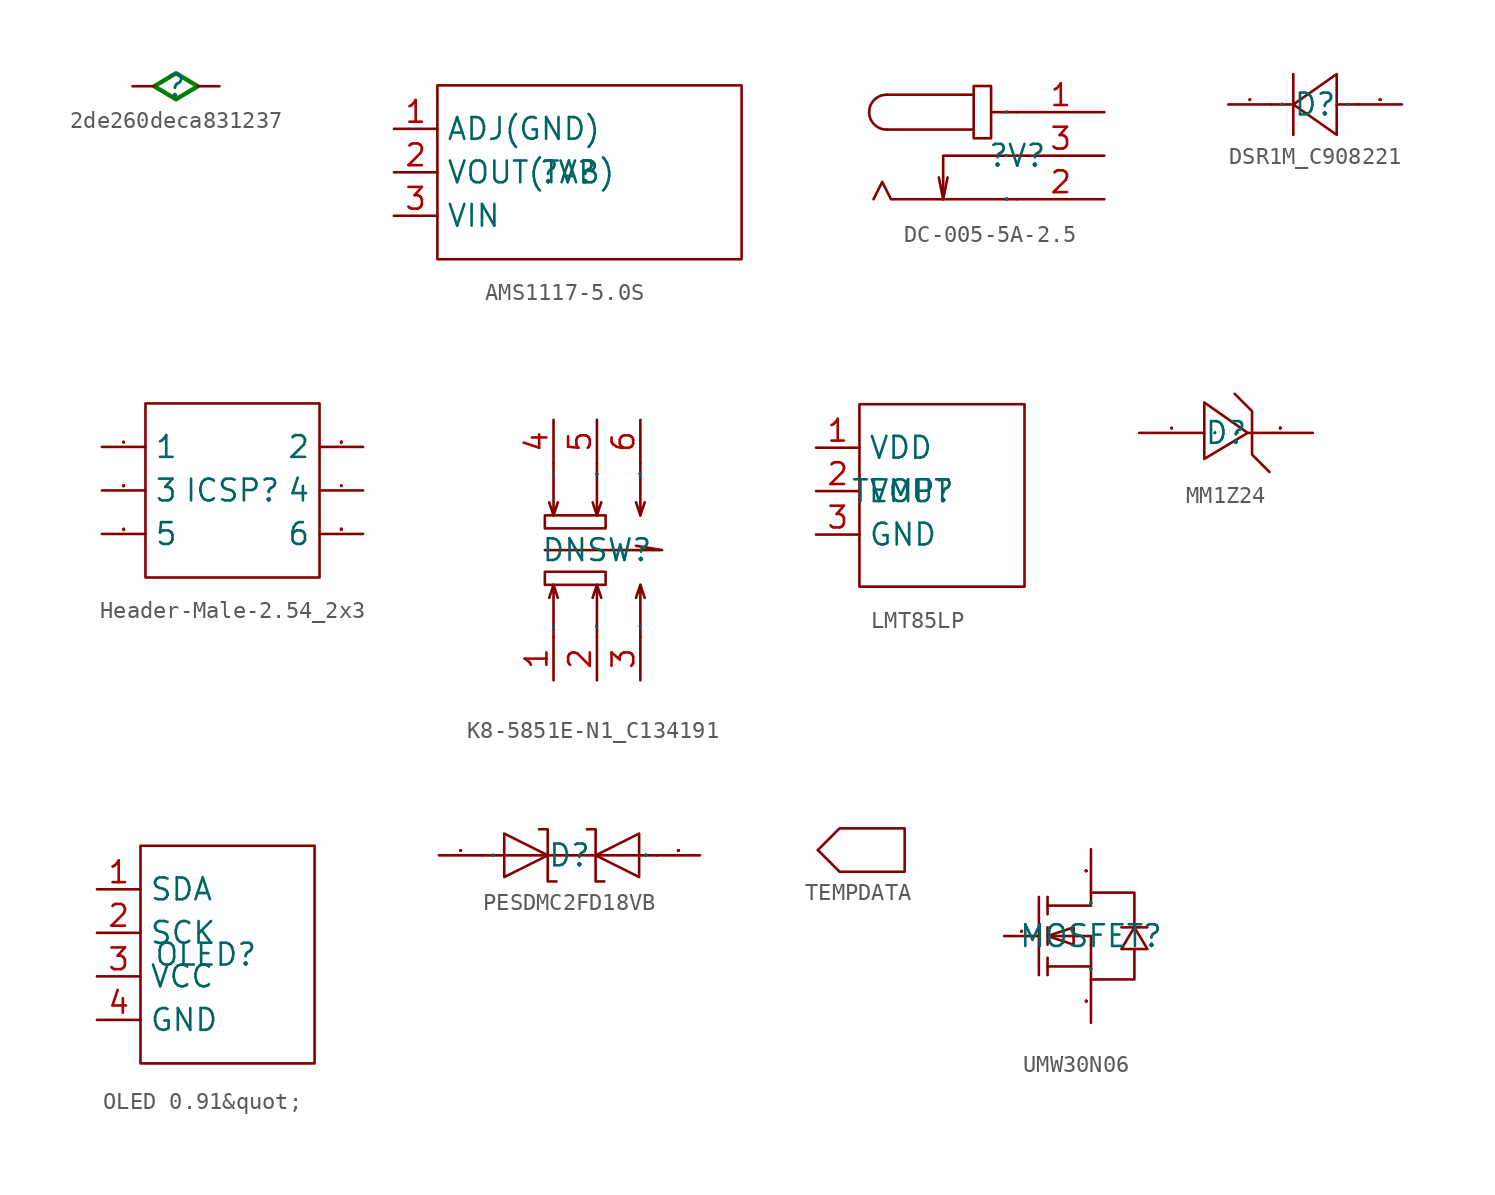
<source format=kicad_sym>
(kicad_symbol_lib
  (version 20231120)
  (generator "kicad_symbol_editor")
  (generator_version "8.0")
  (symbol "2de260deca831237"
    (property "Reference" ""
      (at 0 0 0)
      (effects (font (size 1.27 1.27))))
    (property "Value" ""
      (at 0 0 0)
      (effects (font (size 1.27 1.27))))
    (symbol "2de260deca831237_1_0"
      (polyline (pts (xy 0 0.762) (xy 1.27 0) (xy 0 -0.762) (xy -1.27 0) (xy 0 0.762)) (stroke (width 0.254) (type solid) (color 0 128 0 1)) (fill (type none)))
      (pin input line (at -2.54 0 0) (length 1.27) (name "" (effects (font (size 0.025 0.025)))) (number "" (effects (font (size 1.27 1.27)))))
      (pin input line (at 2.54 0 180) (length 1.27) (name "" (effects (font (size 0.025 0.025)))) (number "" (effects (font (size 1.27 1.27)))))))
  (symbol "AMS1117-5.0S"
    (property "Reference" "?V"
      (at 0 0 0)
      (effects (font (size 1.27 1.27))))
    (property "Value" ""
      (at 0 0 0)
      (effects (font (size 1.27 1.27))))
    (symbol "AMS1117-5.0S_1_0"
      (rectangle (start 10.16 -5.08) (end -7.62 5.08) (stroke (width 0) (type default)) (fill (type none)))
      (pin unspecified line (at -10.16 2.54 0) (length 2.54) (name "ADJ(GND)" (effects (font (size 1.27 1.27)))) (number "1" (effects (font (size 1.27 1.27)))))
      (pin unspecified line (at -10.16 0 0) (length 2.54) (name "VOUT(TAB)" (effects (font (size 1.27 1.27)))) (number "2" (effects (font (size 1.27 1.27)))))
      (pin unspecified line (at -10.16 -2.54 0) (length 2.54) (name "VIN" (effects (font (size 1.27 1.27)))) (number "3" (effects (font (size 1.27 1.27)))))))
  (symbol "DC-005-5A-2.5"
    (property "Reference" "?V"
      (at 0 0 0)
      (effects (font (size 1.27 1.27))))
    (property "Value" ""
      (at 0 0 0)
      (effects (font (size 1.27 1.27))))
    (symbol "DC-005-5A-2.5_1_0"
      (arc (start -7.62 3.556) (mid -8.636 2.54) (end -7.62 1.524) (stroke (width 0) (type default)) (fill (type none)))
      (rectangle (start -2.54 4.064) (end -1.524 1.016) (stroke (width 0) (type default)) (fill (type none)))
      (polyline (pts (xy -4.318 -2.54) (xy -4.064 -1.27)) (stroke (width 0) (type default)) (fill (type none)))
      (polyline (pts (xy -2.54 1.524) (xy -7.62 1.524)) (stroke (width 0) (type default)) (fill (type none)))
      (polyline (pts (xy -2.54 3.556) (xy -7.62 3.556)) (stroke (width 0) (type default)) (fill (type none)))
      (polyline (pts (xy 0 2.54) (xy -1.524 2.54)) (stroke (width 0) (type default)) (fill (type none)))
      (polyline (pts (xy 0 -2.54) (xy -7.366 -2.54) (xy -7.366 -2.54) (xy -7.874 -1.524) (xy -7.874 -1.524) (xy -8.382 -2.54)) (stroke (width 0) (type default)) (fill (type none)))
      (polyline (pts (xy 0 0) (xy -4.318 0) (xy -4.318 0) (xy -4.318 -2.54) (xy -4.318 -2.54) (xy -4.572 -1.27)) (stroke (width 0) (type default)) (fill (type none)))
      (pin unspecified line (at 5.08 2.54 180) (length 5.08) (name "1" (effects (font (size 0.025 0.025)))) (number "1" (effects (font (size 1.27 1.27)))))
      (pin unspecified line (at 5.08 -2.54 180) (length 5.08) (name "2" (effects (font (size 0.025 0.025)))) (number "2" (effects (font (size 1.27 1.27)))))
      (pin unspecified line (at 5.08 0 180) (length 5.08) (name "3" (effects (font (size 0.025 0.025)))) (number "3" (effects (font (size 1.27 1.27)))))))
  (symbol "DSR1M_C908221"
    (property "Reference" "D"
      (at 0 0 0)
      (effects (font (size 1.27 1.27))))
    (property "Value" ""
      (at 0 0 0)
      (effects (font (size 1.27 1.27))))
    (symbol "DSR1M_C908221_1_0"
      (polyline (pts (xy -1.27 0) (xy -2.54 0)) (stroke (width 0) (type default)) (fill (type none)))
      (polyline (pts (xy -1.27 1.778) (xy -1.27 -1.778)) (stroke (width 0) (type default)) (fill (type none)))
      (polyline (pts (xy 2.54 0) (xy 1.27 0)) (stroke (width 0) (type default)) (fill (type none)))
      (polyline (pts (xy 1.27 1.778) (xy -1.27 0) (xy -1.27 0) (xy 1.27 -1.778) (xy 1.27 -1.778) (xy 1.27 1.778)) (stroke (width 0) (type default)) (fill (type none)))
      (pin unspecified line (at -5.08 0 0) (length 2.54) (name "C" (effects (font (size 0.025 0.025)))) (number "1" (effects (font (size 0.025 0.025)))))
      (pin unspecified line (at 5.08 0 180) (length 2.54) (name "A" (effects (font (size 0.025 0.025)))) (number "2" (effects (font (size 0.025 0.025)))))))
  (symbol "Header-Male-2.54_2x3"
    (property "Reference" "ICSP"
      (at 0 0 0)
      (effects (font (size 1.27 1.27))))
    (property "Value" ""
      (at 0 0 0)
      (effects (font (size 1.27 1.27))))
    (symbol "Header-Male-2.54_2x3_1_0"
      (rectangle (start -5.08 5.08) (end 5.08 -5.08) (stroke (width 0) (type default)) (fill (type none)))
      (pin input line (at -7.62 2.54 0) (length 2.54) (name "1" (effects (font (size 1.27 1.27)))) (number "1" (effects (font (size 0.025 0.025)))))
      (pin input line (at 7.62 2.54 180) (length 2.54) (name "2" (effects (font (size 1.27 1.27)))) (number "2" (effects (font (size 0.025 0.025)))))
      (pin input line (at -7.62 0 0) (length 2.54) (name "3" (effects (font (size 1.27 1.27)))) (number "3" (effects (font (size 0.025 0.025)))))
      (pin input line (at 7.62 0 180) (length 2.54) (name "4" (effects (font (size 1.27 1.27)))) (number "4" (effects (font (size 0.025 0.025)))))
      (pin input line (at -7.62 -2.54 0) (length 2.54) (name "5" (effects (font (size 1.27 1.27)))) (number "5" (effects (font (size 0.025 0.025)))))
      (pin input line (at 7.62 -2.54 180) (length 2.54) (name "6" (effects (font (size 1.27 1.27)))) (number "6" (effects (font (size 0.025 0.025)))))))
  (symbol "K8-5851E-N1_C134191"
    (property "Reference" "DNSW"
      (at 0 0 0)
      (effects (font (size 1.27 1.27))))
    (property "Value" ""
      (at 0 0 0)
      (effects (font (size 1.27 1.27))))
    (symbol "K8-5851E-N1_C134191_1_0"
      (rectangle (start -3.048 -2.032) (end 0.508 -1.27) (stroke (width 0) (type default)) (fill (type none)))
      (rectangle (start -3.048 1.27) (end 0.508 2.032) (stroke (width 0) (type default)) (fill (type none)))
      (polyline (pts (xy -2.54 -2.032) (xy -2.794 -2.794)) (stroke (width 0) (type default)) (fill (type none)))
      (polyline (pts (xy -2.54 2.032) (xy -2.794 2.794)) (stroke (width 0) (type default)) (fill (type none)))
      (polyline (pts (xy 0 -2.032) (xy -0.254 -2.794)) (stroke (width 0) (type default)) (fill (type none)))
      (polyline (pts (xy 0 2.032) (xy -0.254 2.794)) (stroke (width 0) (type default)) (fill (type none)))
      (polyline (pts (xy 2.54 -2.032) (xy 2.286 -2.794)) (stroke (width 0) (type default)) (fill (type none)))
      (polyline (pts (xy 2.54 2.032) (xy 2.286 2.794)) (stroke (width 0) (type default)) (fill (type none)))
      (polyline (pts (xy -3.048 0) (xy 3.81 0) (xy 3.81 0) (xy 2.286 0.254)) (stroke (width 0) (type default)) (fill (type none)))
      (polyline (pts (xy -2.54 -5.08) (xy -2.54 -2.032) (xy -2.54 -2.032) (xy -2.286 -2.794)) (stroke (width 0) (type default)) (fill (type none)))
      (polyline (pts (xy -2.54 5.08) (xy -2.54 2.032) (xy -2.54 2.032) (xy -2.286 2.794)) (stroke (width 0) (type default)) (fill (type none)))
      (polyline (pts (xy 0 -5.08) (xy 0 -2.032) (xy 0 -2.032) (xy 0.254 -2.794)) (stroke (width 0) (type default)) (fill (type none)))
      (polyline (pts (xy 0 5.08) (xy 0 2.032) (xy 0 2.032) (xy 0.254 2.794)) (stroke (width 0) (type default)) (fill (type none)))
      (polyline (pts (xy 2.54 -5.08) (xy 2.54 -2.032) (xy 2.54 -2.032) (xy 2.794 -2.794)) (stroke (width 0) (type default)) (fill (type none)))
      (polyline (pts (xy 2.54 5.08) (xy 2.54 2.032) (xy 2.54 2.032) (xy 2.794 2.794)) (stroke (width 0) (type default)) (fill (type none)))
      (pin unspecified line (at -2.54 -7.62 90) (length 2.54) (name "1" (effects (font (size 0.025 0.025)))) (number "1" (effects (font (size 1.27 1.27)))))
      (pin unspecified line (at 0 -7.62 90) (length 2.54) (name "2" (effects (font (size 0.025 0.025)))) (number "2" (effects (font (size 1.27 1.27)))))
      (pin unspecified line (at 2.54 -7.62 90) (length 2.54) (name "3" (effects (font (size 0.025 0.025)))) (number "3" (effects (font (size 1.27 1.27)))))
      (pin unspecified line (at -2.54 7.62 270) (length 2.54) (name "4" (effects (font (size 0.025 0.025)))) (number "4" (effects (font (size 1.27 1.27)))))
      (pin unspecified line (at 0 7.62 270) (length 2.54) (name "5" (effects (font (size 0.025 0.025)))) (number "5" (effects (font (size 1.27 1.27)))))
      (pin unspecified line (at 2.54 7.62 270) (length 2.54) (name "6" (effects (font (size 0.025 0.025)))) (number "6" (effects (font (size 1.27 1.27)))))))
  (symbol "LMT85LP"
    (property "Reference" "TEMP"
      (at 0 0 0)
      (effects (font (size 1.27 1.27))))
    (property "Value" ""
      (at 0 0 0)
      (effects (font (size 1.27 1.27))))
    (symbol "LMT85LP_1_0"
      (rectangle (start -2.54 5.08) (end 7.112 -5.588) (stroke (width 0) (type default)) (fill (type none)))
      (pin unspecified line (at -5.08 2.54 0) (length 2.54) (name "VDD" (effects (font (size 1.27 1.27)))) (number "1" (effects (font (size 1.27 1.27)))))
      (pin unspecified line (at -5.08 0 0) (length 2.54) (name "VOUT" (effects (font (size 1.27 1.27)))) (number "2" (effects (font (size 1.27 1.27)))))
      (pin unspecified line (at -5.08 -2.54 0) (length 2.54) (name "GND" (effects (font (size 1.27 1.27)))) (number "3" (effects (font (size 1.27 1.27)))))))
  (symbol "MM1Z24"
    (property "Reference" "D"
      (at 0 0 0)
      (effects (font (size 1.27 1.27))))
    (property "Value" ""
      (at 0 0 0)
      (effects (font (size 1.27 1.27))))
    (symbol "MM1Z24_1_0"
      (polyline (pts (xy -1.27 -1.524) (xy 1.27 0) (xy 1.27 0) (xy -1.27 1.778) (xy -1.27 1.778) (xy -1.27 -1.524)) (stroke (width 0) (type default)) (fill (type none)))
      (polyline (pts (xy 2.54 -2.286) (xy 1.524 -1.27) (xy 1.524 -1.27) (xy 1.524 1.27) (xy 1.524 1.27) (xy 0.508 2.286)) (stroke (width 0) (type default)) (fill (type none)))
      (pin unspecified line (at -5.08 0 0) (length 3.81) (name "A" (effects (font (size 0.025 0.025)))) (number "1" (effects (font (size 0.025 0.025)))))
      (pin unspecified line (at 5.08 0 180) (length 3.81) (name "K" (effects (font (size 0.025 0.025)))) (number "2" (effects (font (size 0.025 0.025)))))))
  (symbol "OLED 0.91&quot;"
    (property "Reference" "OLED"
      (at 0 0 0)
      (effects (font (size 1.27 1.27))))
    (property "Value" ""
      (at 0 0 0)
      (effects (font (size 1.27 1.27))))
    (symbol "OLED 0.91&quot;_1_0"
      (rectangle (start -3.81 6.35) (end 6.35 -6.35) (stroke (width 0) (type default)) (fill (type none)))
      (pin unspecified line (at -6.35 3.81 0) (length 2.54) (name "SDA" (effects (font (size 1.27 1.27)))) (number "1" (effects (font (size 1.27 1.27)))))
      (pin unspecified line (at -6.35 1.27 0) (length 2.54) (name "SCK" (effects (font (size 1.27 1.27)))) (number "2" (effects (font (size 1.27 1.27)))))
      (pin unspecified line (at -6.35 -1.27 0) (length 2.54) (name "VCC" (effects (font (size 1.27 1.27)))) (number "3" (effects (font (size 1.27 1.27)))))
      (pin unspecified line (at -6.35 -3.81 0) (length 2.54) (name "GND" (effects (font (size 1.27 1.27)))) (number "4" (effects (font (size 1.27 1.27)))))))
  (symbol "PESDMC2FD18VB"
    (property "Reference" "D"
      (at 0 0 0)
      (effects (font (size 1.27 1.27))))
    (property "Value" ""
      (at 0 0 0)
      (effects (font (size 1.27 1.27))))
    (symbol "PESDMC2FD18VB_1_0"
      (polyline (pts (xy -5.08 0) (xy 5.08 0)) (stroke (width 0) (type default)) (fill (type none)))
      (polyline (pts (xy -3.81 1.27) (xy -1.27 0) (xy -1.27 0) (xy -3.81 -1.27) (xy -3.81 -1.27) (xy -3.81 1.27)) (stroke (width 0) (type default)) (fill (type none)))
      (polyline (pts (xy 4.064 1.27) (xy 1.524 0) (xy 1.524 0) (xy 4.064 -1.27) (xy 4.064 -1.27) (xy 4.064 1.27)) (stroke (width 0) (type default)) (fill (type none)))
      (polyline (pts (xy -1.778 1.524) (xy -1.778 1.524) (xy -1.778 1.524) (xy -1.27 1.524) (xy -1.27 1.524) (xy -1.27 -1.524) (xy -1.27 -1.524) (xy -0.762 -1.524) (xy -0.762 -1.524) (xy -0.762 -1.524)) (stroke (width 0) (type default)) (fill (type none)))
      (polyline (pts (xy 1.016 1.524) (xy 1.016 1.524) (xy 1.016 1.524) (xy 1.524 1.524) (xy 1.524 1.524) (xy 1.524 -1.524) (xy 1.524 -1.524) (xy 2.032 -1.524) (xy 2.032 -1.524) (xy 2.032 -1.524)) (stroke (width 0) (type default)) (fill (type none)))
      (pin unspecified line (at -7.62 0 0) (length 2.54) (name "1" (effects (font (size 0.025 0.025)))) (number "1" (effects (font (size 0.025 0.025)))))
      (pin unspecified line (at 7.62 0 180) (length 2.54) (name "2" (effects (font (size 0.025 0.025)))) (number "2" (effects (font (size 0.025 0.025)))))))
  (symbol "TEMPDATA"
    (power)
    (pin_numbers hide)
    (pin_names hide)
    (property "Reference" "#PWR"
      (at 0 0 0)
      (effects (font (size 1.27 1.27)) (hide yes)))
    (property "Value" ""
      (at 0 0 0)
      (effects (font (size 1.27 1.27))))
    (symbol "TEMPDATA_1_0"
      (polyline (pts (xy 0 0) (xy 1.27 -1.27) (xy 1.27 -1.27) (xy 5.08 -1.27) (xy 5.08 -1.27) (xy 5.08 1.27) (xy 5.08 1.27) (xy 1.27 1.27) (xy 1.27 1.27) (xy 0 0)) (stroke (width 0) (type default)) (fill (type none)))
      (pin input line (at 0 0 0) (length 0) (name "" (effects (font (size 0.025 0.025)))) (number "1" (effects (font (size 0 0)))))))
  (symbol "UMW30N06"
    (property "Reference" "MOSFET"
      (at 0 0 0)
      (effects (font (size 1.27 1.27))))
    (property "Value" ""
      (at 0 0 0)
      (effects (font (size 1.27 1.27))))
    (symbol "UMW30N06_1_0"
      (polyline (pts (xy -3.048 2.286) (xy -3.048 -2.286)) (stroke (width 0) (type default)) (fill (type none)))
      (polyline (pts (xy -2.54 -2.286) (xy -2.54 -1.27)) (stroke (width 0) (type default)) (fill (type none)))
      (polyline (pts (xy -2.54 -0.508) (xy -2.54 0.508)) (stroke (width 0) (type default)) (fill (type none)))
      (polyline (pts (xy -2.54 2.286) (xy -2.54 1.27)) (stroke (width 0) (type default)) (fill (type none)))
      (polyline (pts (xy 0 -1.778) (xy -2.54 -1.778)) (stroke (width 0) (type default)) (fill (type none)))
      (polyline (pts (xy -2.54 0) (xy -1.016 -0.508) (xy -1.016 -0.508) (xy -1.016 0.508) (xy -1.016 0.508) (xy -2.54 0)) (stroke (width 0) (type default)) (fill (type none)))
      (polyline (pts (xy 2.54 0.508) (xy 1.778 -0.762) (xy 1.778 -0.762) (xy 3.302 -0.762) (xy 3.302 -0.762) (xy 2.54 0.508)) (stroke (width 0) (type default)) (fill (type none)))
      (polyline (pts (xy 3.302 0.508) (xy 3.048 0.508) (xy 3.048 0.508) (xy 2.032 0.508) (xy 2.032 0.508) (xy 1.778 0.508)) (stroke (width 0) (type default)) (fill (type none)))
      (polyline (pts (xy -2.54 0) (xy 0 0) (xy 0 0) (xy 0 -2.54) (xy 0 -2.54) (xy 2.54 -2.54) (xy 2.54 -2.54) (xy 2.54 -0.762)) (stroke (width 0) (type default)) (fill (type none)))
      (polyline (pts (xy -2.54 1.778) (xy 0 1.778) (xy 0 1.778) (xy 0 2.54) (xy 0 2.54) (xy 2.54 2.54) (xy 2.54 2.54) (xy 2.54 0.508)) (stroke (width 0) (type default)) (fill (type none)))
      (pin unspecified line (at -5.08 0 0) (length 2.032) (name "G" (effects (font (size 0.025 0.025)))) (number "1" (effects (font (size 0.025 0.025)))))
      (pin unspecified line (at 0 5.08 270) (length 2.54) (name "D" (effects (font (size 0.025 0.025)))) (number "2" (effects (font (size 0.025 0.025)))))
      (pin unspecified line (at 0 -5.08 90) (length 2.54) (name "S" (effects (font (size 0.025 0.025)))) (number "3" (effects (font (size 0.025 0.025))))))))
</source>
